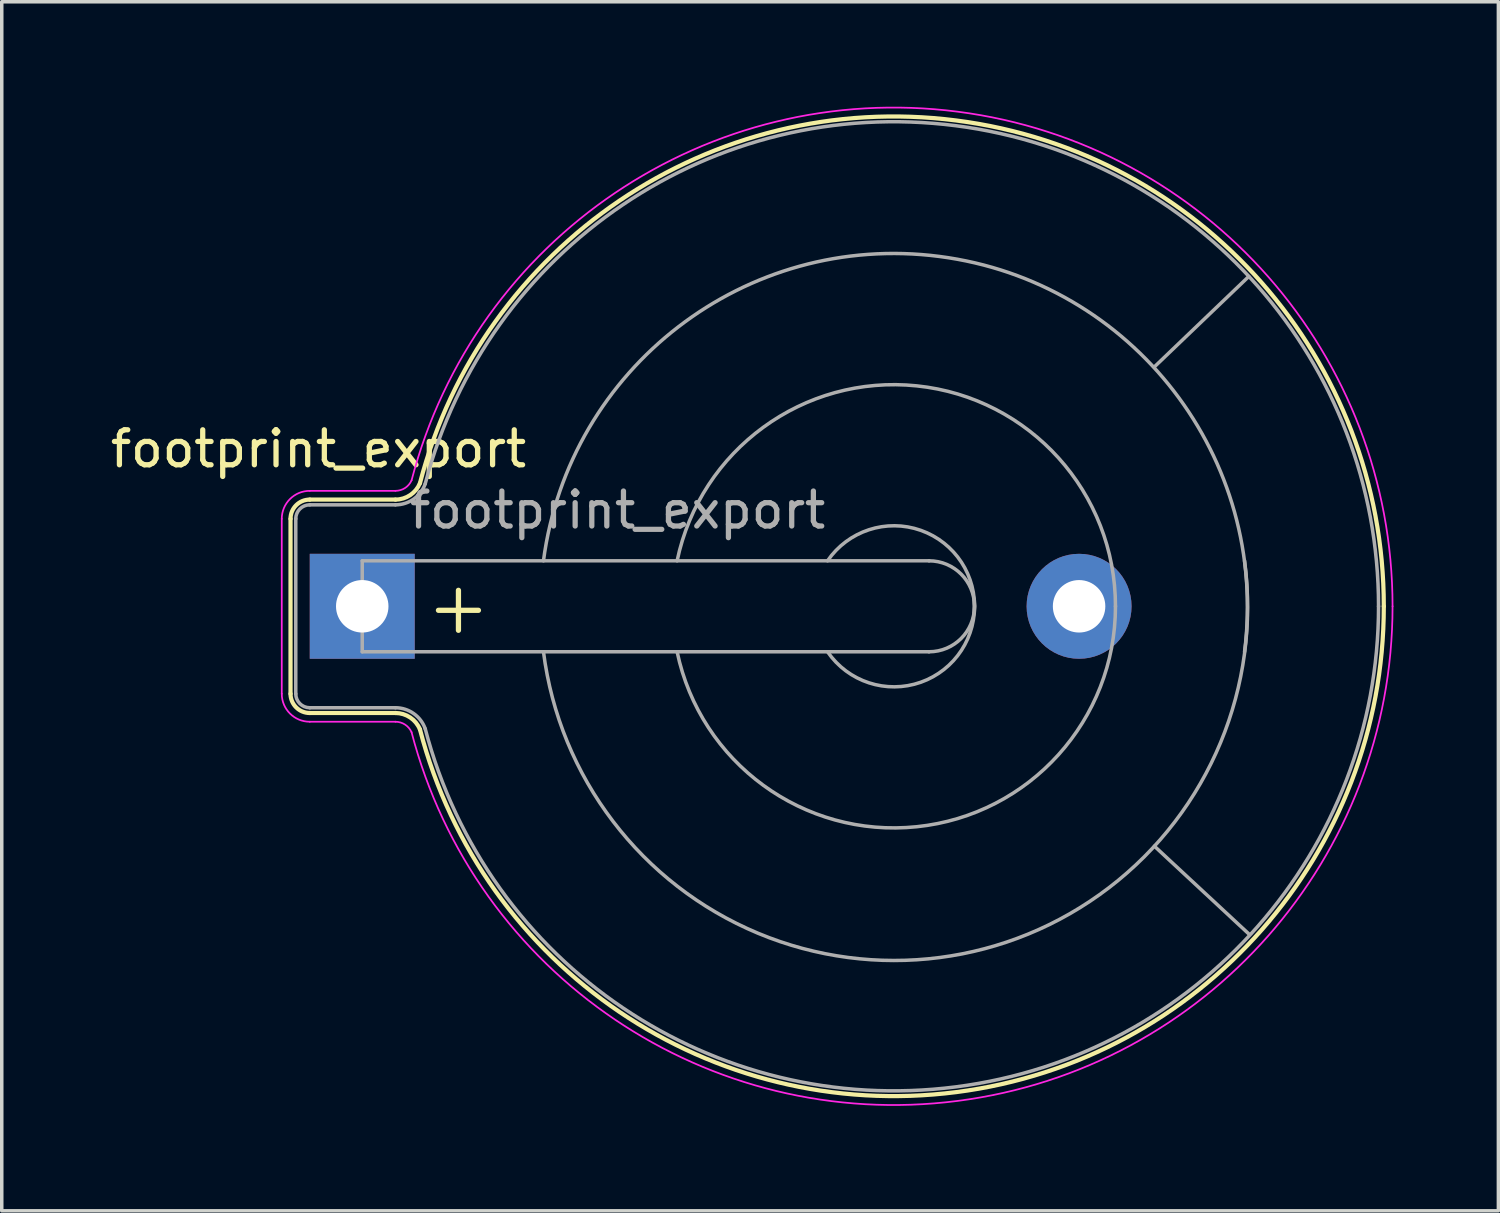
<source format=kicad_pcb>
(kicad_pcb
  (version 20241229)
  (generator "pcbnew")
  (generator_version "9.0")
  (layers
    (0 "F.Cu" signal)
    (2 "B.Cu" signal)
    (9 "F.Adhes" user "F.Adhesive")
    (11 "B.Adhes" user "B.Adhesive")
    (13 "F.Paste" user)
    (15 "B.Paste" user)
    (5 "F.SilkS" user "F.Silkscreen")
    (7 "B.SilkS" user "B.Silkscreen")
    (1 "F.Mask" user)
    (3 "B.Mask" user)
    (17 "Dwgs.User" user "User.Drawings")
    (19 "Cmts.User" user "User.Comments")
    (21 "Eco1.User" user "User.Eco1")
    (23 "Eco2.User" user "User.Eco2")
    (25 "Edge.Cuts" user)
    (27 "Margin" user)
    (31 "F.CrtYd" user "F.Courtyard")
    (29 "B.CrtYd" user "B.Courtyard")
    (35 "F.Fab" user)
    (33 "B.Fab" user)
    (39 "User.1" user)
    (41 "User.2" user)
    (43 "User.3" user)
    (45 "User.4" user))
  (footprint "footprint_export"
    (layer "F.Cu")
    (at 7.304 14.28)
    (property "Reference" "footprint_export" (at -1.25 -4.5 0) (layer "F.SilkS") (effects (font (size 1 1) (thickness 0.15))))
    (attr through_hole)
    (fp_line (start -2.05 -2.5) (end -2.05 2.5) (stroke (width 0.12) (type solid)) (layer "F.SilkS"))
    (fp_line (start -1.5 3.05) (end 0.95 3.05) (stroke (width 0.12) (type solid)) (layer "F.SilkS"))
    (fp_line (start 0.95 -3.05) (end -1.5 -3.05) (stroke (width 0.12) (type solid)) (layer "F.SilkS"))
    (fp_arc (start -2.05 -2.5) (mid -1.888909 -2.888909) (end -1.5 -3.05) (stroke (width 0.12) (type solid)) (layer "F.SilkS"))
    (fp_arc (start -1.5 3.05) (mid -1.888909 2.888909) (end -2.05 2.5) (stroke (width 0.12) (type solid)) (layer "F.SilkS"))
    (fp_arc (start 0.95 3.05) (mid 1.371574 3.1784) (end 1.65 3.52) (stroke (width 0.12) (type solid)) (layer "F.SilkS"))
    (fp_arc (start 1.65 -3.52) (mid 1.371575 -3.1784) (end 0.95 -3.05) (stroke (width 0.12) (type solid)) (layer "F.SilkS"))
    (fp_arc (start 1.65 -3.52) (mid 16.974433 -13.886953) (end 29.2 0) (stroke (width 0.12) (type solid)) (layer "F.SilkS"))
    (fp_arc (start 29.2 0) (mid 16.974433 13.886954) (end 1.65 3.52) (stroke (width 0.12) (type solid)) (layer "F.SilkS"))
    (fp_line (start -2.3 -2.5) (end -2.3 2.5) (stroke (width 0.05) (type solid)) (layer "F.CrtYd"))
    (fp_line (start -1.5 3.3) (end 0.95 3.3) (stroke (width 0.05) (type solid)) (layer "F.CrtYd"))
    (fp_line (start 0.95 -3.3) (end -1.5 -3.3) (stroke (width 0.05) (type solid)) (layer "F.CrtYd"))
    (fp_arc (start -2.3 -2.5) (mid -2.065685 -3.065685) (end -1.5 -3.3) (stroke (width 0.05) (type solid)) (layer "F.CrtYd"))
    (fp_arc (start -1.5 3.3) (mid -2.065685 3.065685) (end -2.3 2.5) (stroke (width 0.05) (type solid)) (layer "F.CrtYd"))
    (fp_arc (start 0.95 3.3) (mid 1.22459 3.381628) (end 1.41 3.6) (stroke (width 0.05) (type solid)) (layer "F.CrtYd"))
    (fp_arc (start 1.41 -3.6) (mid 1.224591 -3.381627) (end 0.95 -3.3) (stroke (width 0.05) (type solid)) (layer "F.CrtYd"))
    (fp_arc (start 1.41 -3.6) (mid 17.014123 -14.138563) (end 29.45 0) (stroke (width 0.05) (type solid)) (layer "F.CrtYd"))
    (fp_arc (start 29.45 0) (mid 17.014124 14.138563) (end 1.41 3.6) (stroke (width 0.05) (type solid)) (layer "F.CrtYd"))
    (fp_line (start -1.9 -2.5) (end -1.9 2.5) (stroke (width 0.1) (type solid)) (layer "F.Fab"))
    (fp_line (start -1.5 2.9) (end 0.95 2.9) (stroke (width 0.1) (type solid)) (layer "F.Fab"))
    (fp_line (start 0 -1.3) (end 0 1.3) (stroke (width 0.1) (type solid)) (layer "F.Fab"))
    (fp_line (start 0 1.3) (end 16.2 1.3) (stroke (width 0.1) (type solid)) (layer "F.Fab"))
    (fp_line (start 0.95 -2.9) (end -1.5 -2.9) (stroke (width 0.1) (type solid)) (layer "F.Fab"))
    (fp_line (start 16.2 -1.3) (end 0 -1.3) (stroke (width 0.1) (type solid)) (layer "F.Fab"))
    (fp_line (start 22.644 6.858) (end 25.35 9.373) (stroke (width 0.1) (type solid)) (layer "F.Fab"))
    (fp_line (start 22.657 -6.858) (end 25.342 -9.429) (stroke (width 0.1) (type solid)) (layer "F.Fab"))
    (fp_arc (start -1.9 -2.5) (mid -1.782843 -2.782843) (end -1.5 -2.9) (stroke (width 0.1) (type solid)) (layer "F.Fab"))
    (fp_arc (start -1.5 2.9) (mid -1.782843 2.782843) (end -1.9 2.5) (stroke (width 0.1) (type solid)) (layer "F.Fab"))
    (fp_arc (start 0.95 2.9) (mid 1.470216 3.06511) (end 1.8 3.5) (stroke (width 0.1) (type solid)) (layer "F.Fab"))
    (fp_arc (start 1.8 -3.5) (mid 1.470217 -3.06511) (end 0.95 -2.9) (stroke (width 0.1) (type solid)) (layer "F.Fab"))
    (fp_arc (start 1.8 -3.5) (mid 16.964356 -13.736686) (end 29.049508 0) (stroke (width 0.1) (type solid)) (layer "F.Fab"))
    (fp_arc (start 5.18 -1.3) (mid 16.5 -10.02) (end 25.22 1.3) (stroke (width 0.1) (type solid)) (layer "F.Fab"))
    (fp_arc (start 9 -1.3) (mid 15.851289 -6.300938) (end 21.53 0) (stroke (width 0.1) (type solid)) (layer "F.Fab"))
    (fp_arc (start 13.3 -1.3) (mid 15.963947 -2.171724) (end 17.495448 0.175833) (stroke (width 0.1) (type solid)) (layer "F.Fab"))
    (fp_arc (start 16.2 -1.3) (mid 17.5 0) (end 16.2 1.3) (stroke (width 0.1) (type solid)) (layer "F.Fab"))
    (fp_arc (start 17.495448 -0.175833) (mid 15.963947 2.171724) (end 13.3 1.3) (stroke (width 0.1) (type solid)) (layer "F.Fab"))
    (fp_arc (start 21.53 0) (mid 15.851292 6.300937) (end 9 1.3) (stroke (width 0.1) (type solid)) (layer "F.Fab"))
    (fp_arc (start 25.22 -1.3) (mid 16.5 10.02) (end 5.18 1.3) (stroke (width 0.1) (type solid)) (layer "F.Fab"))
    (fp_arc (start 29.049508 0) (mid 16.964356 13.736685) (end 1.8 3.5) (stroke (width 0.1) (type solid)) (layer "F.Fab"))
    (fp_text user "+" (at 2.75 0 0) (layer "F.SilkS") (effects (font (size 1.5 1.5) (thickness 0.15))))
    (fp_text user "${REFERENCE}" (at 7.3 -2.75 0) (layer "F.Fab") (effects (font (size 1 1) (thickness 0.15))))
    (pad "1" thru_hole rect (at 0 0) (size 3 3) (drill 1.5) (layers "*.Cu" "*.Mask"))
    (pad "2" thru_hole circle (at 20.49 0) (size 3 3) (drill 1.5) (layers "*.Cu" "*.Mask")))
  (gr_rect
    (start -3 -3)
    (end 39.779 31.559)
    (stroke (width 0.1) (type default))
    (fill no)
    (layer "Edge.Cuts")))
</source>
